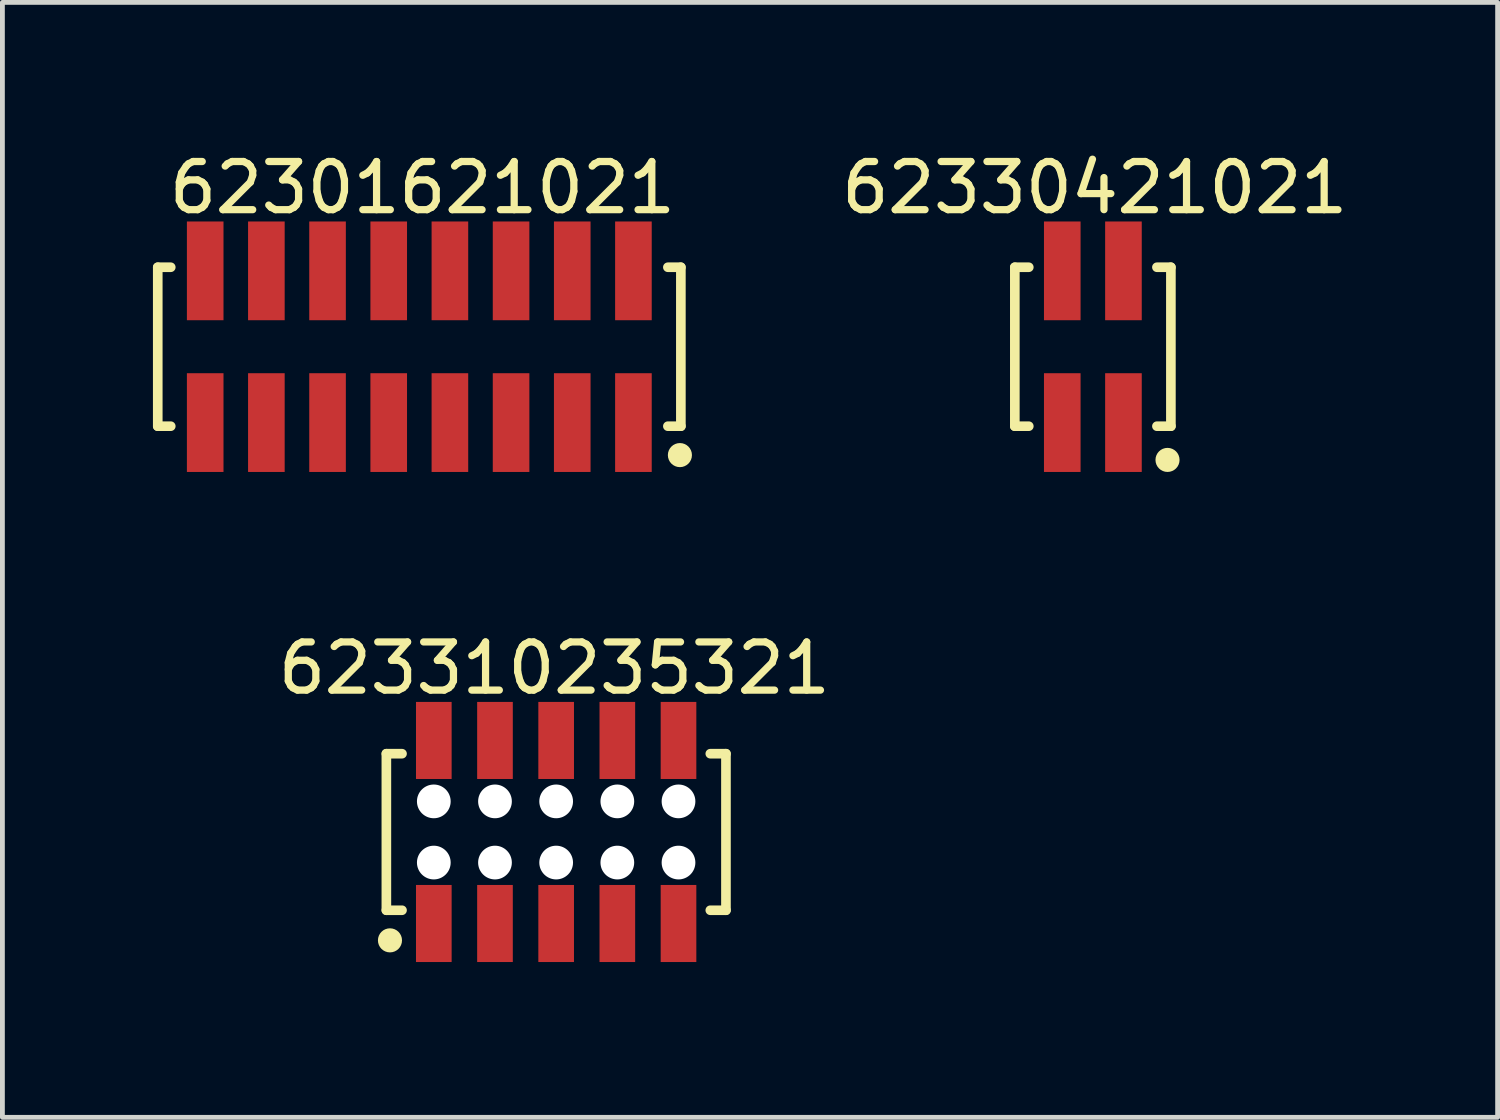
<source format=kicad_pcb>
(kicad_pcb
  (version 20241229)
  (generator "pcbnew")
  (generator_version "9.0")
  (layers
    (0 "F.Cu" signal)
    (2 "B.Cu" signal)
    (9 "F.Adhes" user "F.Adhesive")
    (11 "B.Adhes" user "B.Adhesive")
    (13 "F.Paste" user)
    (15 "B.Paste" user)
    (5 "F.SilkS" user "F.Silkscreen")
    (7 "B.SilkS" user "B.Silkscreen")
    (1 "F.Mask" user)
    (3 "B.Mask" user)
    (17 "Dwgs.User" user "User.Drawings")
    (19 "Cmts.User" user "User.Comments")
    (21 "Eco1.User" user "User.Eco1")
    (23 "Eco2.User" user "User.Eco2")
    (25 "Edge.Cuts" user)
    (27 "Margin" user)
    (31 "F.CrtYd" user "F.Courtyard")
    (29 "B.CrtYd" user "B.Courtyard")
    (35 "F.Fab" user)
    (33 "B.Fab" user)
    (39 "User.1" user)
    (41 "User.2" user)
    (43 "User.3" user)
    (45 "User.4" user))
  (footprint "62330421021"
    (layer "F.Cu")
    (at 19.638 4.148)
    (property "Reference" "62330421021" (at 0.04 -3.3 0) (layer "F.SilkS") (effects (font (size 1 1) (thickness 0.15))))
    (fp_line (start -1.62 -1.65) (end -1.33 -1.65) (stroke (width 0.2) (type solid)) (layer "F.SilkS"))
    (fp_line (start -1.62 1.65) (end -1.62 -1.65) (stroke (width 0.2) (type solid)) (layer "F.SilkS"))
    (fp_line (start -1.62 1.65) (end -1.33 1.65) (stroke (width 0.2) (type solid)) (layer "F.SilkS"))
    (fp_line (start 1.33 -1.65) (end 1.62 -1.65) (stroke (width 0.2) (type solid)) (layer "F.SilkS"))
    (fp_line (start 1.33 1.65) (end 1.62 1.65) (stroke (width 0.2) (type solid)) (layer "F.SilkS"))
    (fp_line (start 1.62 1.65) (end 1.62 -1.65) (stroke (width 0.2) (type solid)) (layer "F.SilkS"))
    (fp_circle (center 1.55 2.35) (end 1.55 2.225) (stroke (width 0.25) (type solid)) (fill no) (layer "F.SilkS"))
    (fp_line (start -1.82 -2.8) (end 1.82 -2.8) (stroke (width 0.05) (type solid)) (layer "Eco2.User"))
    (fp_line (start -1.82 2.8) (end -1.82 -2.8) (stroke (width 0.05) (type solid)) (layer "Eco2.User"))
    (fp_line (start -1.82 2.8) (end 1.82 2.8) (stroke (width 0.05) (type solid)) (layer "Eco2.User"))
    (fp_line (start -1.47 -1.55) (end 1.47 -1.55) (stroke (width 0.1) (type solid)) (layer "Eco2.User"))
    (fp_line (start -1.47 1.55) (end -1.47 -1.55) (stroke (width 0.1) (type solid)) (layer "Eco2.User"))
    (fp_line (start -1.47 1.55) (end 1.47 1.55) (stroke (width 0.1) (type solid)) (layer "Eco2.User"))
    (fp_line (start -0.885 -2.3) (end -0.385 -2.3) (stroke (width 0.1) (type solid)) (layer "Eco2.User"))
    (fp_line (start -0.885 -1.55) (end -0.885 -2.3) (stroke (width 0.1) (type solid)) (layer "Eco2.User"))
    (fp_line (start -0.885 2.3) (end -0.885 1.55) (stroke (width 0.1) (type solid)) (layer "Eco2.User"))
    (fp_line (start -0.885 2.3) (end -0.385 2.3) (stroke (width 0.1) (type solid)) (layer "Eco2.User"))
    (fp_line (start -0.5 0) (end 0.5 0) (stroke (width 0.05) (type solid)) (layer "Eco2.User"))
    (fp_line (start -0.385 -1.55) (end -0.385 -2.3) (stroke (width 0.1) (type solid)) (layer "Eco2.User"))
    (fp_line (start -0.385 2.3) (end -0.385 1.55) (stroke (width 0.1) (type solid)) (layer "Eco2.User"))
    (fp_line (start 0 0.5) (end 0 -0.5) (stroke (width 0.05) (type solid)) (layer "Eco2.User"))
    (fp_line (start 0.385 -2.3) (end 0.885 -2.3) (stroke (width 0.1) (type solid)) (layer "Eco2.User"))
    (fp_line (start 0.385 -1.55) (end 0.385 -2.3) (stroke (width 0.1) (type solid)) (layer "Eco2.User"))
    (fp_line (start 0.385 2.3) (end 0.385 1.55) (stroke (width 0.1) (type solid)) (layer "Eco2.User"))
    (fp_line (start 0.385 2.3) (end 0.885 2.3) (stroke (width 0.1) (type solid)) (layer "Eco2.User"))
    (fp_line (start 0.885 -1.55) (end 0.885 -2.3) (stroke (width 0.1) (type solid)) (layer "Eco2.User"))
    (fp_line (start 0.885 2.3) (end 0.885 1.55) (stroke (width 0.1) (type solid)) (layer "Eco2.User"))
    (fp_line (start 1.47 1.55) (end 1.47 -1.55) (stroke (width 0.1) (type solid)) (layer "Eco2.User"))
    (fp_line (start 1.82 2.8) (end 1.82 -2.8) (stroke (width 0.05) (type solid)) (layer "Eco2.User"))
    (fp_text user "${REFERENCE}" (at 0.1 -0.131 0) (unlocked yes) (layer "User.3") (effects (font (size 1 1) (thickness 0.1))))
    (pad "1" smd rect (at 0.635 1.575 180) (size 0.76 2.05) (layers "F.Cu" "F.Mask" "F.Paste"))
    (pad "2" smd rect (at 0.635 -1.575 180) (size 0.76 2.05) (layers "F.Cu" "F.Mask" "F.Paste"))
    (pad "3" smd rect (at -0.635 1.575 180) (size 0.76 2.05) (layers "F.Cu" "F.Mask" "F.Paste"))
    (pad "4" smd rect (at -0.635 -1.575 180) (size 0.76 2.05) (layers "F.Cu" "F.Mask" "F.Paste")))
  (footprint "62301621021"
    (layer "F.Cu")
    (at 5.655 4.148)
    (property "Reference" "62301621021" (at 0.065 -3.3 0) (layer "F.SilkS") (effects (font (size 1 1) (thickness 0.15))))
    (fp_line (start -5.43 -1.65) (end -5.16 -1.65) (stroke (width 0.2) (type solid)) (layer "F.SilkS"))
    (fp_line (start -5.43 1.65) (end -5.43 -1.65) (stroke (width 0.2) (type solid)) (layer "F.SilkS"))
    (fp_line (start -5.43 1.65) (end -5.16 1.65) (stroke (width 0.2) (type solid)) (layer "F.SilkS"))
    (fp_line (start 5.16 -1.65) (end 5.43 -1.65) (stroke (width 0.2) (type solid)) (layer "F.SilkS"))
    (fp_line (start 5.16 1.65) (end 5.43 1.65) (stroke (width 0.2) (type solid)) (layer "F.SilkS"))
    (fp_line (start 5.43 1.65) (end 5.43 -1.65) (stroke (width 0.2) (type solid)) (layer "F.SilkS"))
    (fp_circle (center 5.41 2.25) (end 5.41 2.125) (stroke (width 0.25) (type solid)) (fill no) (layer "F.SilkS"))
    (fp_line (start -5.63 -2.8) (end 5.63 -2.8) (stroke (width 0.05) (type solid)) (layer "Eco2.User"))
    (fp_line (start -5.63 2.8) (end -5.63 -2.8) (stroke (width 0.05) (type solid)) (layer "Eco2.User"))
    (fp_line (start -5.63 2.8) (end 5.63 2.8) (stroke (width 0.05) (type solid)) (layer "Eco2.User"))
    (fp_line (start -5.28 -1.55) (end 5.28 -1.55) (stroke (width 0.1) (type solid)) (layer "Eco2.User"))
    (fp_line (start -5.28 1.55) (end -5.28 -1.55) (stroke (width 0.1) (type solid)) (layer "Eco2.User"))
    (fp_line (start -5.28 1.55) (end 5.28 1.55) (stroke (width 0.1) (type solid)) (layer "Eco2.User"))
    (fp_line (start -4.695 -2.3) (end -4.195 -2.3) (stroke (width 0.1) (type solid)) (layer "Eco2.User"))
    (fp_line (start -4.695 -1.55) (end -4.695 -2.3) (stroke (width 0.1) (type solid)) (layer "Eco2.User"))
    (fp_line (start -4.695 2.3) (end -4.695 1.55) (stroke (width 0.1) (type solid)) (layer "Eco2.User"))
    (fp_line (start -4.695 2.3) (end -4.195 2.3) (stroke (width 0.1) (type solid)) (layer "Eco2.User"))
    (fp_line (start -4.195 -1.55) (end -4.195 -2.3) (stroke (width 0.1) (type solid)) (layer "Eco2.User"))
    (fp_line (start -4.195 2.3) (end -4.195 1.55) (stroke (width 0.1) (type solid)) (layer "Eco2.User"))
    (fp_line (start -3.425 -2.3) (end -2.925 -2.3) (stroke (width 0.1) (type solid)) (layer "Eco2.User"))
    (fp_line (start -3.425 -1.55) (end -3.425 -2.3) (stroke (width 0.1) (type solid)) (layer "Eco2.User"))
    (fp_line (start -3.425 2.3) (end -3.425 1.55) (stroke (width 0.1) (type solid)) (layer "Eco2.User"))
    (fp_line (start -3.425 2.3) (end -2.925 2.3) (stroke (width 0.1) (type solid)) (layer "Eco2.User"))
    (fp_line (start -2.925 -1.55) (end -2.925 -2.3) (stroke (width 0.1) (type solid)) (layer "Eco2.User"))
    (fp_line (start -2.925 2.3) (end -2.925 1.55) (stroke (width 0.1) (type solid)) (layer "Eco2.User"))
    (fp_line (start -2.155 -2.3) (end -1.655 -2.3) (stroke (width 0.1) (type solid)) (layer "Eco2.User"))
    (fp_line (start -2.155 -1.55) (end -2.155 -2.3) (stroke (width 0.1) (type solid)) (layer "Eco2.User"))
    (fp_line (start -2.155 2.3) (end -2.155 1.55) (stroke (width 0.1) (type solid)) (layer "Eco2.User"))
    (fp_line (start -2.155 2.3) (end -1.655 2.3) (stroke (width 0.1) (type solid)) (layer "Eco2.User"))
    (fp_line (start -1.655 -1.55) (end -1.655 -2.3) (stroke (width 0.1) (type solid)) (layer "Eco2.User"))
    (fp_line (start -1.655 2.3) (end -1.655 1.55) (stroke (width 0.1) (type solid)) (layer "Eco2.User"))
    (fp_line (start -0.885 -2.3) (end -0.385 -2.3) (stroke (width 0.1) (type solid)) (layer "Eco2.User"))
    (fp_line (start -0.885 -1.55) (end -0.885 -2.3) (stroke (width 0.1) (type solid)) (layer "Eco2.User"))
    (fp_line (start -0.885 2.3) (end -0.885 1.55) (stroke (width 0.1) (type solid)) (layer "Eco2.User"))
    (fp_line (start -0.885 2.3) (end -0.385 2.3) (stroke (width 0.1) (type solid)) (layer "Eco2.User"))
    (fp_line (start -0.5 0) (end 0.5 0) (stroke (width 0.05) (type solid)) (layer "Eco2.User"))
    (fp_line (start -0.385 -1.55) (end -0.385 -2.3) (stroke (width 0.1) (type solid)) (layer "Eco2.User"))
    (fp_line (start -0.385 2.3) (end -0.385 1.55) (stroke (width 0.1) (type solid)) (layer "Eco2.User"))
    (fp_line (start 0 0.5) (end 0 -0.5) (stroke (width 0.05) (type solid)) (layer "Eco2.User"))
    (fp_line (start 0.385 -2.3) (end 0.885 -2.3) (stroke (width 0.1) (type solid)) (layer "Eco2.User"))
    (fp_line (start 0.385 -1.55) (end 0.385 -2.3) (stroke (width 0.1) (type solid)) (layer "Eco2.User"))
    (fp_line (start 0.385 2.3) (end 0.385 1.55) (stroke (width 0.1) (type solid)) (layer "Eco2.User"))
    (fp_line (start 0.385 2.3) (end 0.885 2.3) (stroke (width 0.1) (type solid)) (layer "Eco2.User"))
    (fp_line (start 0.885 -1.55) (end 0.885 -2.3) (stroke (width 0.1) (type solid)) (layer "Eco2.User"))
    (fp_line (start 0.885 2.3) (end 0.885 1.55) (stroke (width 0.1) (type solid)) (layer "Eco2.User"))
    (fp_line (start 1.655 -2.3) (end 2.155 -2.3) (stroke (width 0.1) (type solid)) (layer "Eco2.User"))
    (fp_line (start 1.655 -1.55) (end 1.655 -2.3) (stroke (width 0.1) (type solid)) (layer "Eco2.User"))
    (fp_line (start 1.655 2.3) (end 1.655 1.55) (stroke (width 0.1) (type solid)) (layer "Eco2.User"))
    (fp_line (start 1.655 2.3) (end 2.155 2.3) (stroke (width 0.1) (type solid)) (layer "Eco2.User"))
    (fp_line (start 2.155 -1.55) (end 2.155 -2.3) (stroke (width 0.1) (type solid)) (layer "Eco2.User"))
    (fp_line (start 2.155 2.3) (end 2.155 1.55) (stroke (width 0.1) (type solid)) (layer "Eco2.User"))
    (fp_line (start 2.925 -2.3) (end 3.425 -2.3) (stroke (width 0.1) (type solid)) (layer "Eco2.User"))
    (fp_line (start 2.925 -1.55) (end 2.925 -2.3) (stroke (width 0.1) (type solid)) (layer "Eco2.User"))
    (fp_line (start 2.925 2.3) (end 2.925 1.55) (stroke (width 0.1) (type solid)) (layer "Eco2.User"))
    (fp_line (start 2.925 2.3) (end 3.425 2.3) (stroke (width 0.1) (type solid)) (layer "Eco2.User"))
    (fp_line (start 3.425 -1.55) (end 3.425 -2.3) (stroke (width 0.1) (type solid)) (layer "Eco2.User"))
    (fp_line (start 3.425 2.3) (end 3.425 1.55) (stroke (width 0.1) (type solid)) (layer "Eco2.User"))
    (fp_line (start 4.195 -2.3) (end 4.695 -2.3) (stroke (width 0.1) (type solid)) (layer "Eco2.User"))
    (fp_line (start 4.195 -1.55) (end 4.195 -2.3) (stroke (width 0.1) (type solid)) (layer "Eco2.User"))
    (fp_line (start 4.195 2.3) (end 4.195 1.55) (stroke (width 0.1) (type solid)) (layer "Eco2.User"))
    (fp_line (start 4.195 2.3) (end 4.695 2.3) (stroke (width 0.1) (type solid)) (layer "Eco2.User"))
    (fp_line (start 4.695 -1.55) (end 4.695 -2.3) (stroke (width 0.1) (type solid)) (layer "Eco2.User"))
    (fp_line (start 4.695 2.3) (end 4.695 1.55) (stroke (width 0.1) (type solid)) (layer "Eco2.User"))
    (fp_line (start 5.28 1.55) (end 5.28 -1.55) (stroke (width 0.1) (type solid)) (layer "Eco2.User"))
    (fp_line (start 5.63 2.8) (end 5.63 -2.8) (stroke (width 0.05) (type solid)) (layer "Eco2.User"))
    (fp_text user "${REFERENCE}" (at 0.1 -0.131 0) (unlocked yes) (layer "User.3") (effects (font (size 1 1) (thickness 0.1))))
    (pad "1" smd rect (at 4.445 1.575 180) (size 0.76 2.05) (layers "F.Cu" "F.Mask" "F.Paste"))
    (pad "2" smd rect (at 4.445 -1.575 180) (size 0.76 2.05) (layers "F.Cu" "F.Mask" "F.Paste"))
    (pad "3" smd rect (at 3.175 1.575 180) (size 0.76 2.05) (layers "F.Cu" "F.Mask" "F.Paste"))
    (pad "4" smd rect (at 3.175 -1.575 180) (size 0.76 2.05) (layers "F.Cu" "F.Mask" "F.Paste"))
    (pad "5" smd rect (at 1.905 1.575 180) (size 0.76 2.05) (layers "F.Cu" "F.Mask" "F.Paste"))
    (pad "6" smd rect (at 1.905 -1.575 180) (size 0.76 2.05) (layers "F.Cu" "F.Mask" "F.Paste"))
    (pad "7" smd rect (at 0.635 1.575 180) (size 0.76 2.05) (layers "F.Cu" "F.Mask" "F.Paste"))
    (pad "8" smd rect (at 0.635 -1.575 180) (size 0.76 2.05) (layers "F.Cu" "F.Mask" "F.Paste"))
    (pad "9" smd rect (at -0.635 1.575 180) (size 0.76 2.05) (layers "F.Cu" "F.Mask" "F.Paste"))
    (pad "10" smd rect (at -0.635 -1.575 180) (size 0.76 2.05) (layers "F.Cu" "F.Mask" "F.Paste"))
    (pad "11" smd rect (at -1.905 1.575 180) (size 0.76 2.05) (layers "F.Cu" "F.Mask" "F.Paste"))
    (pad "12" smd rect (at -1.905 -1.575 180) (size 0.76 2.05) (layers "F.Cu" "F.Mask" "F.Paste"))
    (pad "13" smd rect (at -3.175 1.575 180) (size 0.76 2.05) (layers "F.Cu" "F.Mask" "F.Paste"))
    (pad "14" smd rect (at -3.175 -1.575 180) (size 0.76 2.05) (layers "F.Cu" "F.Mask" "F.Paste"))
    (pad "15" smd rect (at -4.445 1.575 180) (size 0.76 2.05) (layers "F.Cu" "F.Mask" "F.Paste"))
    (pad "16" smd rect (at -4.445 -1.575 180) (size 0.76 2.05) (layers "F.Cu" "F.Mask" "F.Paste")))
  (footprint "623310235321"
    (layer "F.Cu")
    (at 8.496 14.222)
    (property "Reference" "623310235321" (at -0.037 -3.4 0) (layer "F.SilkS") (effects (font (size 1 1) (thickness 0.15))))
    (fp_line (start -3.525 -1.625) (end -3.2 -1.625) (stroke (width 0.2) (type solid)) (layer "F.SilkS"))
    (fp_line (start -3.525 1.625) (end -3.525 -1.625) (stroke (width 0.2) (type solid)) (layer "F.SilkS"))
    (fp_line (start -3.525 1.625) (end -3.2 1.625) (stroke (width 0.2) (type solid)) (layer "F.SilkS"))
    (fp_line (start 3.2 -1.625) (end 3.525 -1.625) (stroke (width 0.2) (type solid)) (layer "F.SilkS"))
    (fp_line (start 3.2 1.625) (end 3.525 1.625) (stroke (width 0.2) (type solid)) (layer "F.SilkS"))
    (fp_line (start 3.525 1.625) (end 3.525 -1.625) (stroke (width 0.2) (type solid)) (layer "F.SilkS"))
    (fp_circle (center -3.45 2.25) (end -3.45 2.125) (stroke (width 0.25) (type solid)) (fill no) (layer "F.SilkS"))
    (fp_line (start -3.725 -2.9) (end 3.725 -2.9) (stroke (width 0.05) (type solid)) (layer "Eco2.User"))
    (fp_line (start -3.725 2.9) (end -3.725 -2.9) (stroke (width 0.05) (type solid)) (layer "Eco2.User"))
    (fp_line (start -3.725 2.9) (end 3.725 2.9) (stroke (width 0.05) (type solid)) (layer "Eco2.User"))
    (fp_line (start -3.375 -1.55) (end 3.375 -1.55) (stroke (width 0.1) (type solid)) (layer "Eco2.User"))
    (fp_line (start -3.375 1.55) (end -3.375 -1.55) (stroke (width 0.1) (type solid)) (layer "Eco2.User"))
    (fp_line (start -3.375 1.55) (end 3.375 1.55) (stroke (width 0.1) (type solid)) (layer "Eco2.User"))
    (fp_line (start -2.74 -2.2) (end -2.34 -2.2) (stroke (width 0.1) (type solid)) (layer "Eco2.User"))
    (fp_line (start -2.74 -1.55) (end -2.74 -2.2) (stroke (width 0.1) (type solid)) (layer "Eco2.User"))
    (fp_line (start -2.74 2.2) (end -2.74 1.55) (stroke (width 0.1) (type solid)) (layer "Eco2.User"))
    (fp_line (start -2.74 2.2) (end -2.34 2.2) (stroke (width 0.1) (type solid)) (layer "Eco2.User"))
    (fp_line (start -2.34 -1.55) (end -2.34 -2.2) (stroke (width 0.1) (type solid)) (layer "Eco2.User"))
    (fp_line (start -2.34 2.2) (end -2.34 1.55) (stroke (width 0.1) (type solid)) (layer "Eco2.User"))
    (fp_line (start -1.47 -2.2) (end -1.07 -2.2) (stroke (width 0.1) (type solid)) (layer "Eco2.User"))
    (fp_line (start -1.47 -1.55) (end -1.47 -2.2) (stroke (width 0.1) (type solid)) (layer "Eco2.User"))
    (fp_line (start -1.47 2.2) (end -1.47 1.55) (stroke (width 0.1) (type solid)) (layer "Eco2.User"))
    (fp_line (start -1.47 2.2) (end -1.07 2.2) (stroke (width 0.1) (type solid)) (layer "Eco2.User"))
    (fp_line (start -1.07 -1.55) (end -1.07 -2.2) (stroke (width 0.1) (type solid)) (layer "Eco2.User"))
    (fp_line (start -1.07 2.2) (end -1.07 1.55) (stroke (width 0.1) (type solid)) (layer "Eco2.User"))
    (fp_line (start -0.5 0) (end 0.5 0) (stroke (width 0.05) (type solid)) (layer "Eco2.User"))
    (fp_line (start -0.2 -2.2) (end 0.2 -2.2) (stroke (width 0.1) (type solid)) (layer "Eco2.User"))
    (fp_line (start -0.2 -1.55) (end -0.2 -2.2) (stroke (width 0.1) (type solid)) (layer "Eco2.User"))
    (fp_line (start -0.2 2.2) (end -0.2 1.55) (stroke (width 0.1) (type solid)) (layer "Eco2.User"))
    (fp_line (start -0.2 2.2) (end 0.2 2.2) (stroke (width 0.1) (type solid)) (layer "Eco2.User"))
    (fp_line (start 0 0.5) (end 0 -0.5) (stroke (width 0.05) (type solid)) (layer "Eco2.User"))
    (fp_line (start 0.2 -1.55) (end 0.2 -2.2) (stroke (width 0.1) (type solid)) (layer "Eco2.User"))
    (fp_line (start 0.2 2.2) (end 0.2 1.55) (stroke (width 0.1) (type solid)) (layer "Eco2.User"))
    (fp_line (start 1.07 -2.2) (end 1.47 -2.2) (stroke (width 0.1) (type solid)) (layer "Eco2.User"))
    (fp_line (start 1.07 -1.55) (end 1.07 -2.2) (stroke (width 0.1) (type solid)) (layer "Eco2.User"))
    (fp_line (start 1.07 2.2) (end 1.07 1.55) (stroke (width 0.1) (type solid)) (layer "Eco2.User"))
    (fp_line (start 1.07 2.2) (end 1.47 2.2) (stroke (width 0.1) (type solid)) (layer "Eco2.User"))
    (fp_line (start 1.47 -1.55) (end 1.47 -2.2) (stroke (width 0.1) (type solid)) (layer "Eco2.User"))
    (fp_line (start 1.47 2.2) (end 1.47 1.55) (stroke (width 0.1) (type solid)) (layer "Eco2.User"))
    (fp_line (start 2.34 -2.2) (end 2.74 -2.2) (stroke (width 0.1) (type solid)) (layer "Eco2.User"))
    (fp_line (start 2.34 -1.55) (end 2.34 -2.2) (stroke (width 0.1) (type solid)) (layer "Eco2.User"))
    (fp_line (start 2.34 2.2) (end 2.34 1.55) (stroke (width 0.1) (type solid)) (layer "Eco2.User"))
    (fp_line (start 2.34 2.2) (end 2.74 2.2) (stroke (width 0.1) (type solid)) (layer "Eco2.User"))
    (fp_line (start 2.74 -1.55) (end 2.74 -2.2) (stroke (width 0.1) (type solid)) (layer "Eco2.User"))
    (fp_line (start 2.74 2.2) (end 2.74 1.55) (stroke (width 0.1) (type solid)) (layer "Eco2.User"))
    (fp_line (start 3.375 1.55) (end 3.375 -1.55) (stroke (width 0.1) (type solid)) (layer "Eco2.User"))
    (fp_line (start 3.725 2.9) (end 3.725 -2.9) (stroke (width 0.05) (type solid)) (layer "Eco2.User"))
    (fp_text user "${REFERENCE}" (at 0.15 -0.197 0) (unlocked yes) (layer "User.3") (effects (font (size 1.5 1.5) (thickness 0.15))))
    (pad "" np_thru_hole circle (at -2.54 -0.635) (size 0.7 0.7) (drill 0.7) (layers "*.Cu" "*.Mask"))
    (pad "" np_thru_hole circle (at -2.54 0.635) (size 0.7 0.7) (drill 0.7) (layers "*.Cu" "*.Mask"))
    (pad "" np_thru_hole circle (at -1.27 -0.635) (size 0.7 0.7) (drill 0.7) (layers "*.Cu" "*.Mask"))
    (pad "" np_thru_hole circle (at -1.27 0.635) (size 0.7 0.7) (drill 0.7) (layers "*.Cu" "*.Mask"))
    (pad "" np_thru_hole circle (at 0 -0.635) (size 0.7 0.7) (drill 0.7) (layers "*.Cu" "*.Mask"))
    (pad "" np_thru_hole circle (at 0 0.635) (size 0.7 0.7) (drill 0.7) (layers "*.Cu" "*.Mask"))
    (pad "" np_thru_hole circle (at 1.27 -0.635) (size 0.7 0.7) (drill 0.7) (layers "*.Cu" "*.Mask"))
    (pad "" np_thru_hole circle (at 1.27 0.635) (size 0.7 0.7) (drill 0.7) (layers "*.Cu" "*.Mask"))
    (pad "" np_thru_hole circle (at 2.54 -0.635) (size 0.7 0.7) (drill 0.7) (layers "*.Cu" "*.Mask"))
    (pad "" np_thru_hole circle (at 2.54 0.635) (size 0.7 0.7) (drill 0.7) (layers "*.Cu" "*.Mask"))
    (pad "1" smd rect (at -2.54 1.9) (size 0.74 1.6) (layers "F.Cu" "F.Mask" "F.Paste"))
    (pad "2" smd rect (at -2.54 -1.9) (size 0.74 1.6) (layers "F.Cu" "F.Mask" "F.Paste"))
    (pad "3" smd rect (at -1.27 1.9) (size 0.74 1.6) (layers "F.Cu" "F.Mask" "F.Paste"))
    (pad "4" smd rect (at -1.27 -1.9) (size 0.74 1.6) (layers "F.Cu" "F.Mask" "F.Paste"))
    (pad "5" smd rect (at 0 1.9) (size 0.74 1.6) (layers "F.Cu" "F.Mask" "F.Paste"))
    (pad "6" smd rect (at 0 -1.9) (size 0.74 1.6) (layers "F.Cu" "F.Mask" "F.Paste"))
    (pad "7" smd rect (at 1.27 1.9) (size 0.74 1.6) (layers "F.Cu" "F.Mask" "F.Paste"))
    (pad "8" smd rect (at 1.27 -1.9) (size 0.74 1.6) (layers "F.Cu" "F.Mask" "F.Paste"))
    (pad "9" smd rect (at 2.54 1.9) (size 0.74 1.6) (layers "F.Cu" "F.Mask" "F.Paste"))
    (pad "10" smd rect (at 2.54 -1.9) (size 0.74 1.6) (layers "F.Cu" "F.Mask" "F.Paste")))
  (gr_rect
    (start -3 -3)
    (end 28.041 20.146)
    (stroke (width 0.1) (type default))
    (fill no)
    (layer "Edge.Cuts")))
</source>
